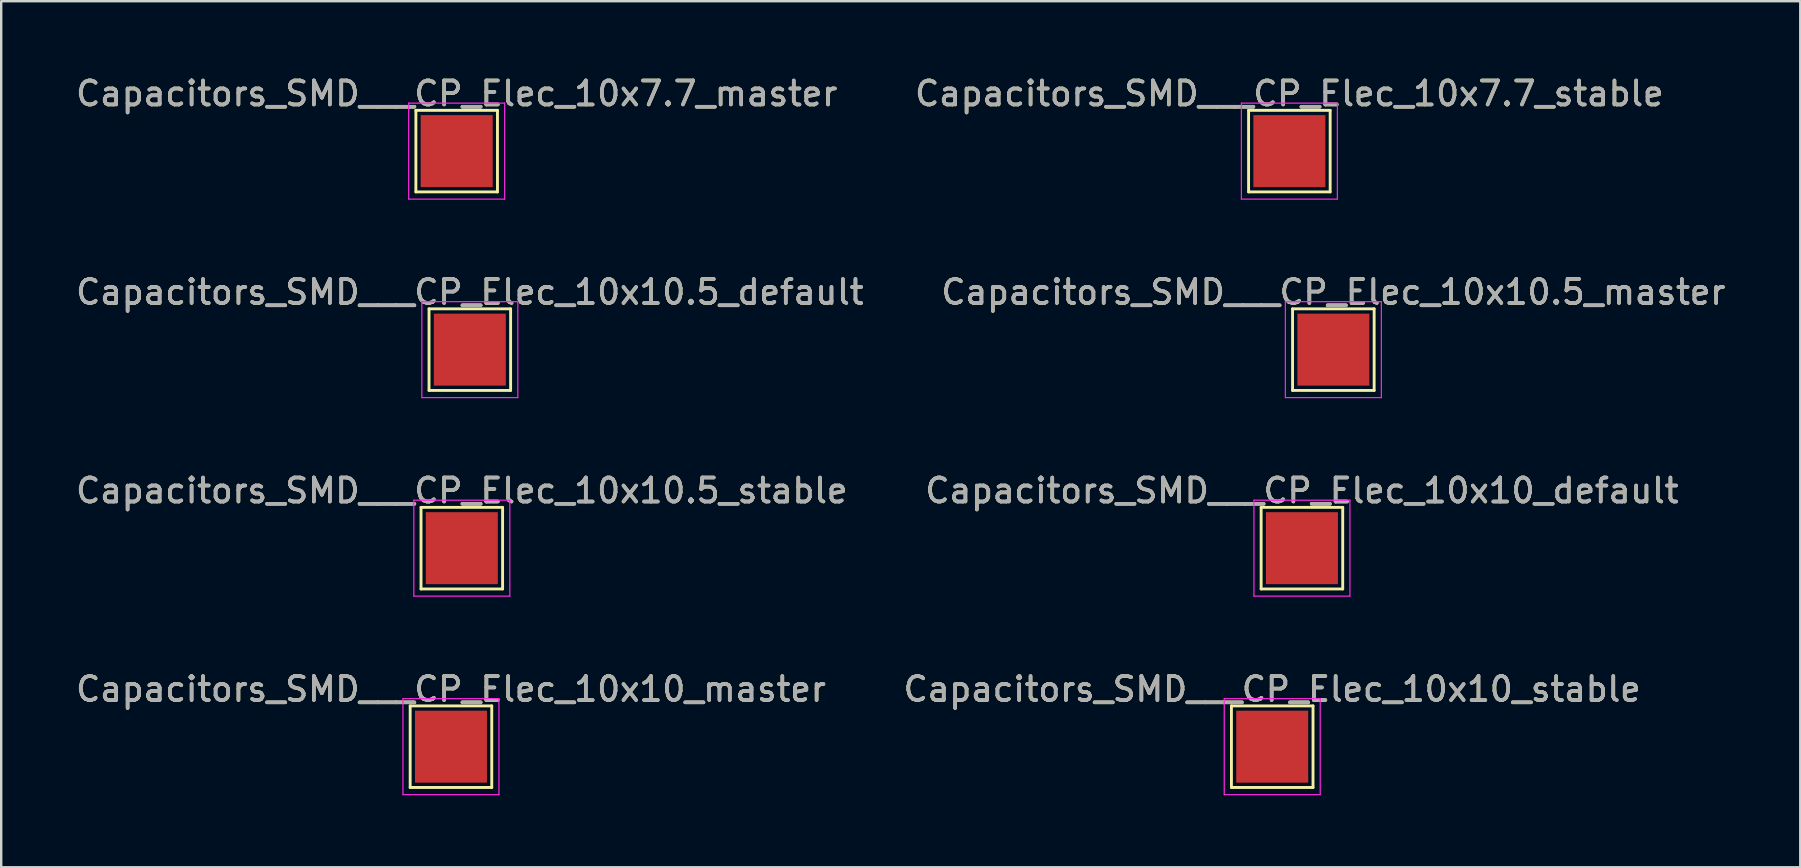
<source format=kicad_pcb>
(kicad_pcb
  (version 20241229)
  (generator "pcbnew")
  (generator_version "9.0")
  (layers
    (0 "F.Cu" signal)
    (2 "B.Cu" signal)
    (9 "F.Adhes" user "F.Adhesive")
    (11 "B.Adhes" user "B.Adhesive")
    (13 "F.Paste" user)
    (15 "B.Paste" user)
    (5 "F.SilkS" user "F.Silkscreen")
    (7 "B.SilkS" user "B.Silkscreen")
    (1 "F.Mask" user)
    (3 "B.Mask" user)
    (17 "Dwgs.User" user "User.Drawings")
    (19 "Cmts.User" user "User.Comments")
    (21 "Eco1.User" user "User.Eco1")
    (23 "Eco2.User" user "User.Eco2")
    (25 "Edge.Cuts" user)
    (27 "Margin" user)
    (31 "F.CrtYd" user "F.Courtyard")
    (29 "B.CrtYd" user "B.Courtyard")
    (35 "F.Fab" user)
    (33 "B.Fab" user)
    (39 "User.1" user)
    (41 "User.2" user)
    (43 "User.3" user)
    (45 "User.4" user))
  (footprint "Capacitors_SMD___CP_Elec_10x7.7_master"
    (layer "F.Cu")
    (at 15.982 3.248)
    (property "Reference" "Capacitors_SMD___CP_Elec_10x7.7_master" (at 0 -2.398 0) (layer "F.SilkS") (effects (font (size 1 1) (thickness 0.15))))
    (attr exclude_from_pos_files exclude_from_bom)
    (fp_line (start -1.7 -1.7) (end 1.7 -1.7) (stroke (width 0.12) (type solid)) (layer "F.SilkS"))
    (fp_line (start -1.7 1.7) (end -1.7 -1.7) (stroke (width 0.12) (type solid)) (layer "F.SilkS"))
    (fp_line (start 1.7 -1.7) (end 1.7 1.7) (stroke (width 0.12) (type solid)) (layer "F.SilkS"))
    (fp_line (start 1.7 1.7) (end -1.7 1.7) (stroke (width 0.12) (type solid)) (layer "F.SilkS"))
    (fp_line (start -2 -2) (end -2 2) (stroke (width 0.05) (type solid)) (layer "F.CrtYd"))
    (fp_line (start -2 -2) (end 2 -2) (stroke (width 0.05) (type solid)) (layer "F.CrtYd"))
    (fp_line (start 2 2) (end -2 2) (stroke (width 0.05) (type solid)) (layer "F.CrtYd"))
    (fp_line (start 2 2) (end 2 -2) (stroke (width 0.05) (type solid)) (layer "F.CrtYd"))
    (fp_text user "${REFERENCE}" (at 0 -2.4 0) (layer "F.Fab") (effects (font (size 1 1) (thickness 0.15))))
    (pad "1" smd rect (at 0 0) (size 3 3) (layers "F.Cu" "F.Mask")))
  (footprint "Capacitors_SMD___CP_Elec_10x10_default"
    (layer "F.Cu")
    (at 51.208 19.795)
    (property "Reference" "Capacitors_SMD___CP_Elec_10x10_default" (at 0 -2.398 0) (layer "F.SilkS") (effects (font (size 1 1) (thickness 0.15))))
    (attr exclude_from_pos_files exclude_from_bom)
    (fp_line (start -1.7 -1.7) (end 1.7 -1.7) (stroke (width 0.12) (type solid)) (layer "F.SilkS"))
    (fp_line (start -1.7 1.7) (end -1.7 -1.7) (stroke (width 0.12) (type solid)) (layer "F.SilkS"))
    (fp_line (start 1.7 -1.7) (end 1.7 1.7) (stroke (width 0.12) (type solid)) (layer "F.SilkS"))
    (fp_line (start 1.7 1.7) (end -1.7 1.7) (stroke (width 0.12) (type solid)) (layer "F.SilkS"))
    (fp_line (start -2 -2) (end -2 2) (stroke (width 0.05) (type solid)) (layer "F.CrtYd"))
    (fp_line (start -2 -2) (end 2 -2) (stroke (width 0.05) (type solid)) (layer "F.CrtYd"))
    (fp_line (start 2 2) (end -2 2) (stroke (width 0.05) (type solid)) (layer "F.CrtYd"))
    (fp_line (start 2 2) (end 2 -2) (stroke (width 0.05) (type solid)) (layer "F.CrtYd"))
    (fp_text user "${REFERENCE}" (at 0 -2.4 0) (layer "F.Fab") (effects (font (size 1 1) (thickness 0.15))))
    (pad "1" smd rect (at 0 0) (size 3 3) (layers "F.Cu" "F.Mask")))
  (footprint "Capacitors_SMD___CP_Elec_10x10.5_stable"
    (layer "F.Cu")
    (at 16.196 19.795)
    (property "Reference" "Capacitors_SMD___CP_Elec_10x10.5_stable" (at 0 -2.398 0) (layer "F.SilkS") (effects (font (size 1 1) (thickness 0.15))))
    (attr exclude_from_pos_files exclude_from_bom)
    (fp_line (start -1.7 -1.7) (end 1.7 -1.7) (stroke (width 0.12) (type solid)) (layer "F.SilkS"))
    (fp_line (start -1.7 1.7) (end -1.7 -1.7) (stroke (width 0.12) (type solid)) (layer "F.SilkS"))
    (fp_line (start 1.7 -1.7) (end 1.7 1.7) (stroke (width 0.12) (type solid)) (layer "F.SilkS"))
    (fp_line (start 1.7 1.7) (end -1.7 1.7) (stroke (width 0.12) (type solid)) (layer "F.SilkS"))
    (fp_line (start -2 -2) (end -2 2) (stroke (width 0.05) (type solid)) (layer "F.CrtYd"))
    (fp_line (start -2 -2) (end 2 -2) (stroke (width 0.05) (type solid)) (layer "F.CrtYd"))
    (fp_line (start 2 2) (end -2 2) (stroke (width 0.05) (type solid)) (layer "F.CrtYd"))
    (fp_line (start 2 2) (end 2 -2) (stroke (width 0.05) (type solid)) (layer "F.CrtYd"))
    (fp_text user "${REFERENCE}" (at 0 -2.4 0) (layer "F.Fab") (effects (font (size 1 1) (thickness 0.15))))
    (pad "1" smd rect (at 0 0) (size 3 3) (layers "F.Cu" "F.Mask")))
  (footprint "Capacitors_SMD___CP_Elec_10x10.5_master"
    (layer "F.Cu")
    (at 52.518 11.521)
    (property "Reference" "Capacitors_SMD___CP_Elec_10x10.5_master" (at 0 -2.398 0) (layer "F.SilkS") (effects (font (size 1 1) (thickness 0.15))))
    (attr exclude_from_pos_files exclude_from_bom)
    (fp_line (start -1.7 -1.7) (end 1.7 -1.7) (stroke (width 0.12) (type solid)) (layer "F.SilkS"))
    (fp_line (start -1.7 1.7) (end -1.7 -1.7) (stroke (width 0.12) (type solid)) (layer "F.SilkS"))
    (fp_line (start 1.7 -1.7) (end 1.7 1.7) (stroke (width 0.12) (type solid)) (layer "F.SilkS"))
    (fp_line (start 1.7 1.7) (end -1.7 1.7) (stroke (width 0.12) (type solid)) (layer "F.SilkS"))
    (fp_line (start -2 -2) (end -2 2) (stroke (width 0.05) (type solid)) (layer "F.CrtYd"))
    (fp_line (start -2 -2) (end 2 -2) (stroke (width 0.05) (type solid)) (layer "F.CrtYd"))
    (fp_line (start 2 2) (end -2 2) (stroke (width 0.05) (type solid)) (layer "F.CrtYd"))
    (fp_line (start 2 2) (end 2 -2) (stroke (width 0.05) (type solid)) (layer "F.CrtYd"))
    (fp_text user "${REFERENCE}" (at 0 -2.4 0) (layer "F.Fab") (effects (font (size 1 1) (thickness 0.15))))
    (pad "1" smd rect (at 0 0) (size 3 3) (layers "F.Cu" "F.Mask")))
  (footprint "Capacitors_SMD___CP_Elec_10x7.7_stable"
    (layer "F.Cu")
    (at 50.685 3.248)
    (property "Reference" "Capacitors_SMD___CP_Elec_10x7.7_stable" (at 0 -2.398 0) (layer "F.SilkS") (effects (font (size 1 1) (thickness 0.15))))
    (attr exclude_from_pos_files exclude_from_bom)
    (fp_line (start -1.7 -1.7) (end 1.7 -1.7) (stroke (width 0.12) (type solid)) (layer "F.SilkS"))
    (fp_line (start -1.7 1.7) (end -1.7 -1.7) (stroke (width 0.12) (type solid)) (layer "F.SilkS"))
    (fp_line (start 1.7 -1.7) (end 1.7 1.7) (stroke (width 0.12) (type solid)) (layer "F.SilkS"))
    (fp_line (start 1.7 1.7) (end -1.7 1.7) (stroke (width 0.12) (type solid)) (layer "F.SilkS"))
    (fp_line (start -2 -2) (end -2 2) (stroke (width 0.05) (type solid)) (layer "F.CrtYd"))
    (fp_line (start -2 -2) (end 2 -2) (stroke (width 0.05) (type solid)) (layer "F.CrtYd"))
    (fp_line (start 2 2) (end -2 2) (stroke (width 0.05) (type solid)) (layer "F.CrtYd"))
    (fp_line (start 2 2) (end 2 -2) (stroke (width 0.05) (type solid)) (layer "F.CrtYd"))
    (fp_text user "${REFERENCE}" (at 0 -2.4 0) (layer "F.Fab") (effects (font (size 1 1) (thickness 0.15))))
    (pad "1" smd rect (at 0 0) (size 3 3) (layers "F.Cu" "F.Mask")))
  (footprint "Capacitors_SMD___CP_Elec_10x10_stable"
    (layer "F.Cu")
    (at 49.97 28.068)
    (property "Reference" "Capacitors_SMD___CP_Elec_10x10_stable" (at 0 -2.398 0) (layer "F.SilkS") (effects (font (size 1 1) (thickness 0.15))))
    (attr exclude_from_pos_files exclude_from_bom)
    (fp_line (start -1.7 -1.7) (end 1.7 -1.7) (stroke (width 0.12) (type solid)) (layer "F.SilkS"))
    (fp_line (start -1.7 1.7) (end -1.7 -1.7) (stroke (width 0.12) (type solid)) (layer "F.SilkS"))
    (fp_line (start 1.7 -1.7) (end 1.7 1.7) (stroke (width 0.12) (type solid)) (layer "F.SilkS"))
    (fp_line (start 1.7 1.7) (end -1.7 1.7) (stroke (width 0.12) (type solid)) (layer "F.SilkS"))
    (fp_line (start -2 -2) (end -2 2) (stroke (width 0.05) (type solid)) (layer "F.CrtYd"))
    (fp_line (start -2 -2) (end 2 -2) (stroke (width 0.05) (type solid)) (layer "F.CrtYd"))
    (fp_line (start 2 2) (end -2 2) (stroke (width 0.05) (type solid)) (layer "F.CrtYd"))
    (fp_line (start 2 2) (end 2 -2) (stroke (width 0.05) (type solid)) (layer "F.CrtYd"))
    (fp_text user "${REFERENCE}" (at 0 -2.4 0) (layer "F.Fab") (effects (font (size 1 1) (thickness 0.15))))
    (pad "1" smd rect (at 0 0) (size 3 3) (layers "F.Cu" "F.Mask")))
  (footprint "Capacitors_SMD___CP_Elec_10x10.5_default"
    (layer "F.Cu")
    (at 16.53 11.521)
    (property "Reference" "Capacitors_SMD___CP_Elec_10x10.5_default" (at 0 -2.398 0) (layer "F.SilkS") (effects (font (size 1 1) (thickness 0.15))))
    (attr exclude_from_pos_files exclude_from_bom)
    (fp_line (start -1.7 -1.7) (end 1.7 -1.7) (stroke (width 0.12) (type solid)) (layer "F.SilkS"))
    (fp_line (start -1.7 1.7) (end -1.7 -1.7) (stroke (width 0.12) (type solid)) (layer "F.SilkS"))
    (fp_line (start 1.7 -1.7) (end 1.7 1.7) (stroke (width 0.12) (type solid)) (layer "F.SilkS"))
    (fp_line (start 1.7 1.7) (end -1.7 1.7) (stroke (width 0.12) (type solid)) (layer "F.SilkS"))
    (fp_line (start -2 -2) (end -2 2) (stroke (width 0.05) (type solid)) (layer "F.CrtYd"))
    (fp_line (start -2 -2) (end 2 -2) (stroke (width 0.05) (type solid)) (layer "F.CrtYd"))
    (fp_line (start 2 2) (end -2 2) (stroke (width 0.05) (type solid)) (layer "F.CrtYd"))
    (fp_line (start 2 2) (end 2 -2) (stroke (width 0.05) (type solid)) (layer "F.CrtYd"))
    (fp_text user "${REFERENCE}" (at 0 -2.4 0) (layer "F.Fab") (effects (font (size 1 1) (thickness 0.15))))
    (pad "1" smd rect (at 0 0) (size 3 3) (layers "F.Cu" "F.Mask")))
  (footprint "Capacitors_SMD___CP_Elec_10x10_master"
    (layer "F.Cu")
    (at 15.744 28.068)
    (property "Reference" "Capacitors_SMD___CP_Elec_10x10_master" (at 0 -2.398 0) (layer "F.SilkS") (effects (font (size 1 1) (thickness 0.15))))
    (attr exclude_from_pos_files exclude_from_bom)
    (fp_line (start -1.7 -1.7) (end 1.7 -1.7) (stroke (width 0.12) (type solid)) (layer "F.SilkS"))
    (fp_line (start -1.7 1.7) (end -1.7 -1.7) (stroke (width 0.12) (type solid)) (layer "F.SilkS"))
    (fp_line (start 1.7 -1.7) (end 1.7 1.7) (stroke (width 0.12) (type solid)) (layer "F.SilkS"))
    (fp_line (start 1.7 1.7) (end -1.7 1.7) (stroke (width 0.12) (type solid)) (layer "F.SilkS"))
    (fp_line (start -2 -2) (end -2 2) (stroke (width 0.05) (type solid)) (layer "F.CrtYd"))
    (fp_line (start -2 -2) (end 2 -2) (stroke (width 0.05) (type solid)) (layer "F.CrtYd"))
    (fp_line (start 2 2) (end -2 2) (stroke (width 0.05) (type solid)) (layer "F.CrtYd"))
    (fp_line (start 2 2) (end 2 -2) (stroke (width 0.05) (type solid)) (layer "F.CrtYd"))
    (fp_text user "${REFERENCE}" (at 0 -2.4 0) (layer "F.Fab") (effects (font (size 1 1) (thickness 0.15))))
    (pad "1" smd rect (at 0 0) (size 3 3) (layers "F.Cu" "F.Mask")))
  (gr_rect
    (start -3 -3)
    (end 71.976 33.093)
    (stroke (width 0.1) (type default))
    (fill no)
    (layer "Edge.Cuts")))
</source>
